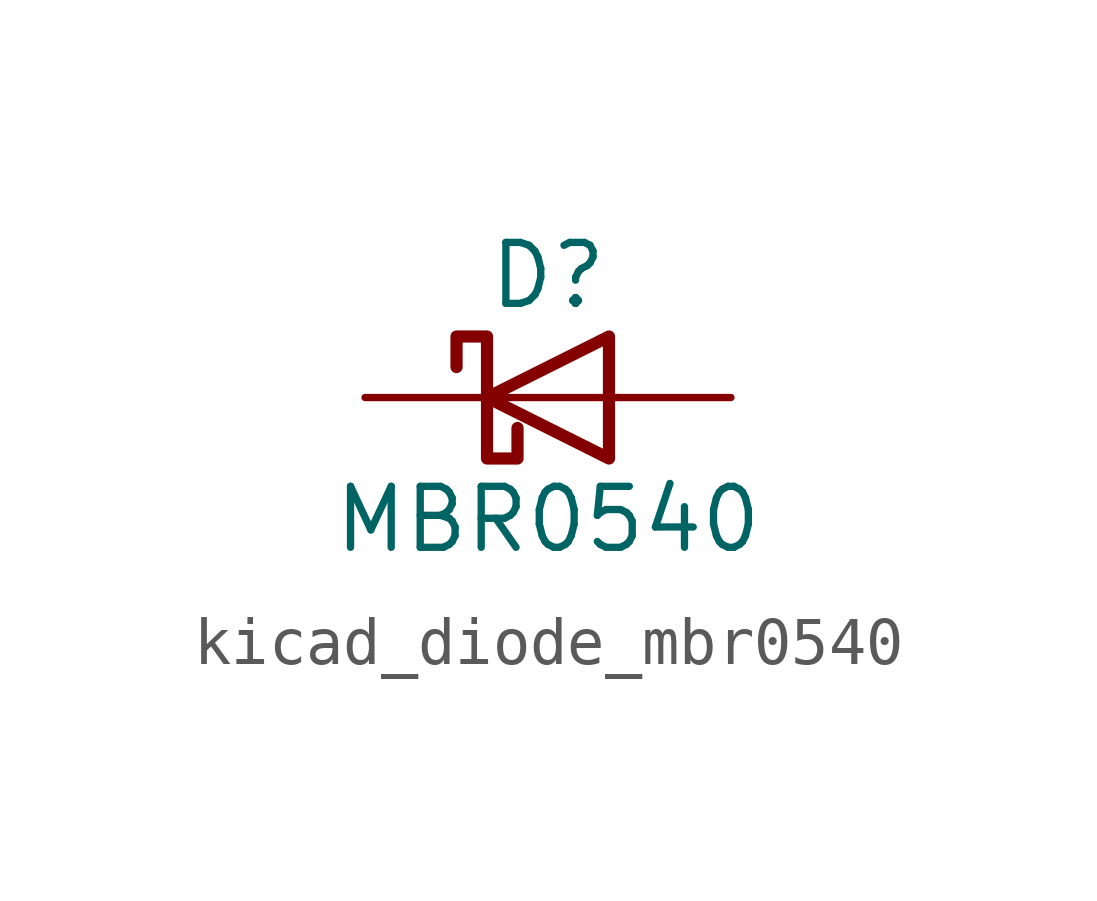
<source format=kicad_sym>
(kicad_symbol_lib
  (version 20220914)
  (generator kicad_symbol_editor)
  (symbol "kicad_diode_mbr0540"
    (pin_numbers hide)
    (pin_names
      (offset 1.016) hide)
    (property "Reference" "D"
      (at 0 2.54 0)
      (effects (font (size 1.27 1.27))))
    (property "Value" "MBR0540"
      (at 0 -2.54 0)
      (effects (font (size 1.27 1.27))))
    (symbol "kicad_diode_mbr0540_0_1"
      (polyline (pts (xy 1.27 0) (xy -1.27 0)) (stroke (width 0) (type default)) (fill (type none)))
      (polyline (pts (xy 1.27 1.27) (xy 1.27 -1.27) (xy -1.27 0) (xy 1.27 1.27)) (stroke (width 0.254) (type default)) (fill (type none)))
      (polyline (pts (xy -1.905 0.635) (xy -1.905 1.27) (xy -1.27 1.27) (xy -1.27 -1.27) (xy -0.635 -1.27) (xy -0.635 -0.635)) (stroke (width 0.254) (type default)) (fill (type none))))
    (symbol "kicad_diode_mbr0540_1_1"
      (pin passive line (at -3.81 0 0) (length 2.54) (name "K" (effects (font (size 1.27 1.27)))) (number "1" (effects (font (size 1.27 1.27)))))
      (pin passive line (at 3.81 0 180) (length 2.54) (name "A" (effects (font (size 1.27 1.27)))) (number "2" (effects (font (size 1.27 1.27))))))))
</source>
